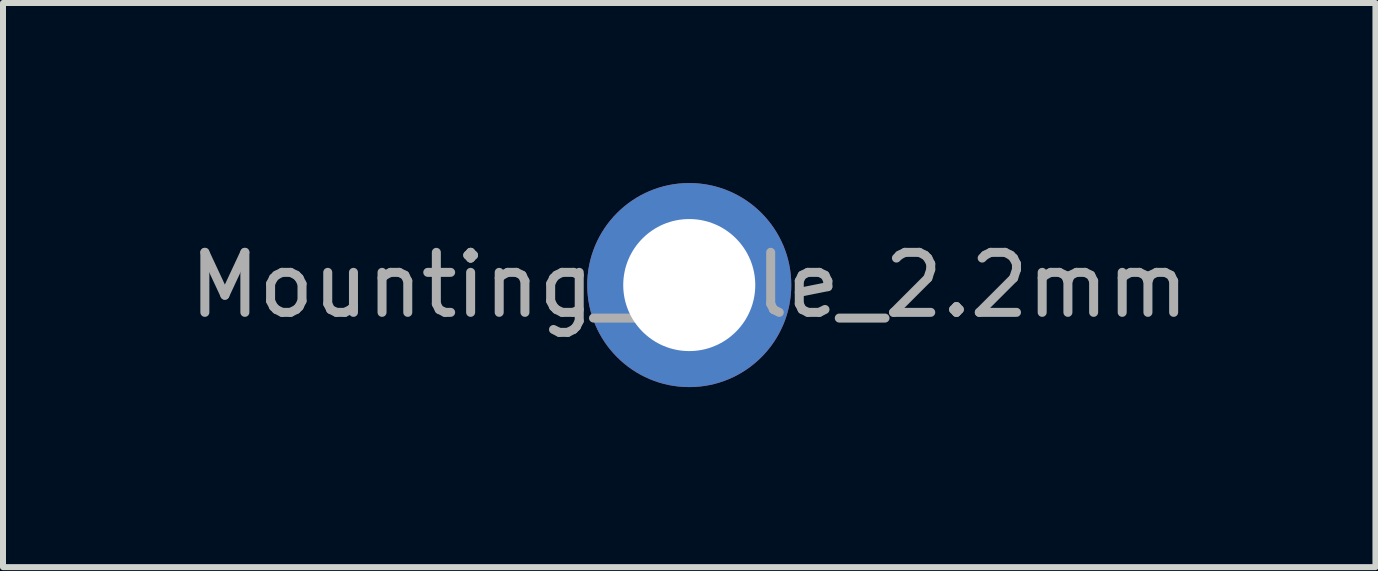
<source format=kicad_pcb>
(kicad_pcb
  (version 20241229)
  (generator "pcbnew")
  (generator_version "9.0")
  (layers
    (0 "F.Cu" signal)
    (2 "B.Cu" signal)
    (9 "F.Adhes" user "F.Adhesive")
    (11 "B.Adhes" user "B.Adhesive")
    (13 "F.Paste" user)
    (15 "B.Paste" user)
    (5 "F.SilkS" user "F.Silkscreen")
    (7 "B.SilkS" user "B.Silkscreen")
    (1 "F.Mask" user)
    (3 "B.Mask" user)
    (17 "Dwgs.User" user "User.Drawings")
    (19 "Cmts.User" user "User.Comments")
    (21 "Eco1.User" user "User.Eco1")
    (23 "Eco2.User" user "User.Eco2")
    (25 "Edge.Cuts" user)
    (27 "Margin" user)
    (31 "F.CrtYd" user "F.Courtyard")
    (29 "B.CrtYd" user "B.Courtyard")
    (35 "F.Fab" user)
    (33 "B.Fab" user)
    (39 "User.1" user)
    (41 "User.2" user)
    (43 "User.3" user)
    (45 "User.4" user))
  (footprint "Mounting_Hole_2.2mm"
    (layer "F.Cu")
    (at 8.435 1.7)
    (property "Reference" "Mounting_Hole_2.2mm" (at 0 0 0) (layer "F.Fab") (effects (font (size 1 1) (thickness 0.15))))
    (attr through_hole)
    (pad "" np_thru_hole circle (at 0 0 270) (size 3.4 3.4) (drill 2.2) (layers "*.Cu" "*.Mask")))
  (gr_rect
    (start -3 -3)
    (end 19.869 6.4)
    (stroke (width 0.1) (type default))
    (fill no)
    (layer "Edge.Cuts")))
</source>
